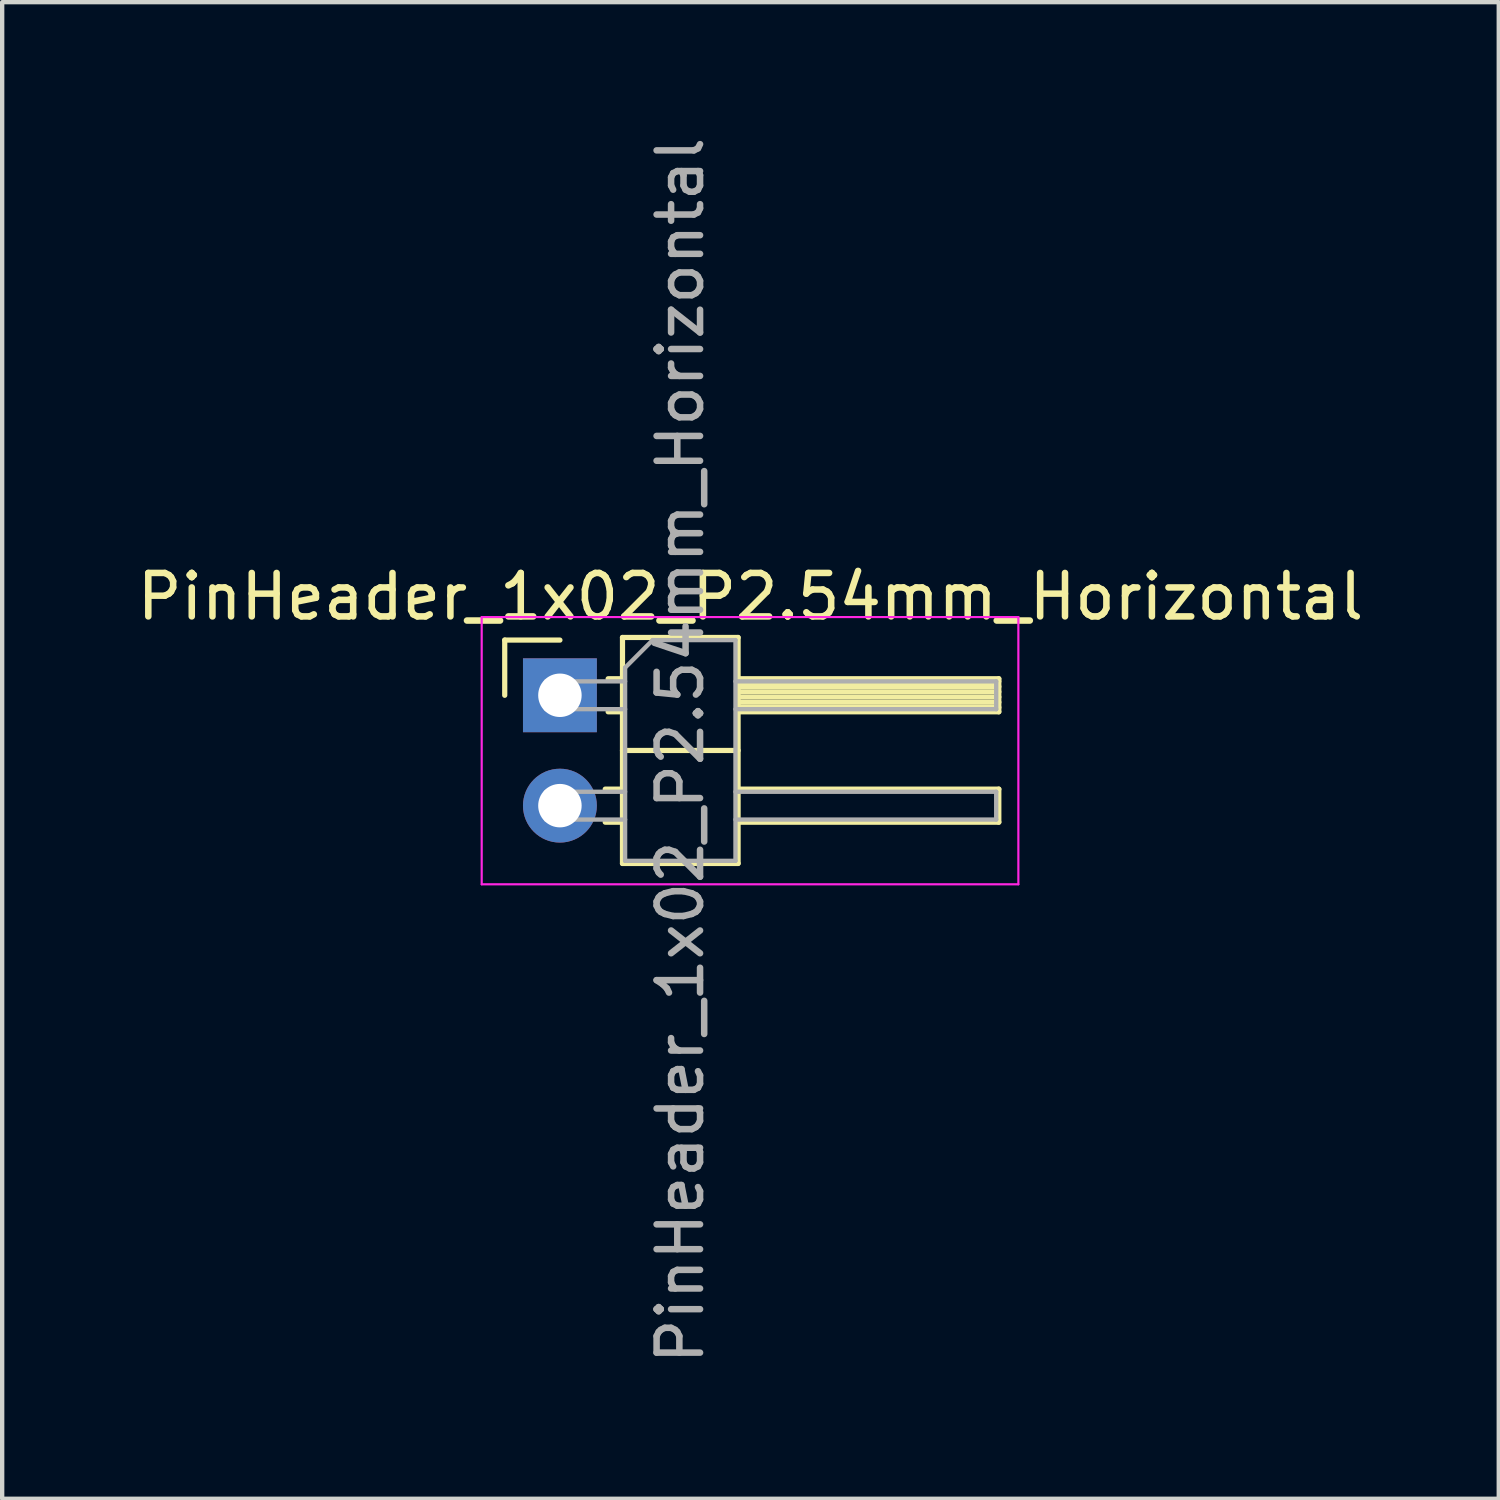
<source format=kicad_pcb>
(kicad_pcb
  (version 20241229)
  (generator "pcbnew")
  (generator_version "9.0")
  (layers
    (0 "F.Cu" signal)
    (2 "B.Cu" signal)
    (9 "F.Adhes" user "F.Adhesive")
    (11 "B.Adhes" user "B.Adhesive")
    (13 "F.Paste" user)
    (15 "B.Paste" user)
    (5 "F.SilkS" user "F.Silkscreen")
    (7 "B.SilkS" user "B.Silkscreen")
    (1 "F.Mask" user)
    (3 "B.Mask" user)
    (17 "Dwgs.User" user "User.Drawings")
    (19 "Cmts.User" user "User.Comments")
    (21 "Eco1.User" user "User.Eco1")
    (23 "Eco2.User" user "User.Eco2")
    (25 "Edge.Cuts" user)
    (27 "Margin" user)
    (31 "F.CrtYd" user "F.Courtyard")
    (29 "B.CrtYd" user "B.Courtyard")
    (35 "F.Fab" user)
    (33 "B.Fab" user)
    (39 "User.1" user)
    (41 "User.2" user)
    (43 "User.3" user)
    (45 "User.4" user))
  (footprint "PinHeader_1x02_P2.54mm_Horizontal"
    (layer "F.Cu")
    (at 9.835 12.95)
    (property "Reference" "PinHeader_1x02_P2.54mm_Horizontal" (at 4.385 -2.27 0) (layer "F.SilkS") (effects (font (size 1 1) (thickness 0.15))))
    (attr through_hole)
    (fp_line (start -1.27 -1.27) (end 0 -1.27) (stroke (width 0.12) (type solid)) (layer "F.SilkS"))
    (fp_line (start -1.27 0) (end -1.27 -1.27) (stroke (width 0.12) (type solid)) (layer "F.SilkS"))
    (fp_line (start 1.043 2.16) (end 1.44 2.16) (stroke (width 0.12) (type solid)) (layer "F.SilkS"))
    (fp_line (start 1.043 2.92) (end 1.44 2.92) (stroke (width 0.12) (type solid)) (layer "F.SilkS"))
    (fp_line (start 1.11 -0.38) (end 1.44 -0.38) (stroke (width 0.12) (type solid)) (layer "F.SilkS"))
    (fp_line (start 1.11 0.38) (end 1.44 0.38) (stroke (width 0.12) (type solid)) (layer "F.SilkS"))
    (fp_line (start 1.44 -1.33) (end 1.44 3.87) (stroke (width 0.12) (type solid)) (layer "F.SilkS"))
    (fp_line (start 1.44 1.27) (end 4.1 1.27) (stroke (width 0.12) (type solid)) (layer "F.SilkS"))
    (fp_line (start 1.44 3.87) (end 4.1 3.87) (stroke (width 0.12) (type solid)) (layer "F.SilkS"))
    (fp_line (start 4.1 -1.33) (end 1.44 -1.33) (stroke (width 0.12) (type solid)) (layer "F.SilkS"))
    (fp_line (start 4.1 -0.38) (end 10.1 -0.38) (stroke (width 0.12) (type solid)) (layer "F.SilkS"))
    (fp_line (start 4.1 -0.32) (end 10.1 -0.32) (stroke (width 0.12) (type solid)) (layer "F.SilkS"))
    (fp_line (start 4.1 -0.2) (end 10.1 -0.2) (stroke (width 0.12) (type solid)) (layer "F.SilkS"))
    (fp_line (start 4.1 -0.08) (end 10.1 -0.08) (stroke (width 0.12) (type solid)) (layer "F.SilkS"))
    (fp_line (start 4.1 0.04) (end 10.1 0.04) (stroke (width 0.12) (type solid)) (layer "F.SilkS"))
    (fp_line (start 4.1 0.16) (end 10.1 0.16) (stroke (width 0.12) (type solid)) (layer "F.SilkS"))
    (fp_line (start 4.1 0.28) (end 10.1 0.28) (stroke (width 0.12) (type solid)) (layer "F.SilkS"))
    (fp_line (start 4.1 2.16) (end 10.1 2.16) (stroke (width 0.12) (type solid)) (layer "F.SilkS"))
    (fp_line (start 4.1 3.87) (end 4.1 -1.33) (stroke (width 0.12) (type solid)) (layer "F.SilkS"))
    (fp_line (start 10.1 -0.38) (end 10.1 0.38) (stroke (width 0.12) (type solid)) (layer "F.SilkS"))
    (fp_line (start 10.1 0.38) (end 4.1 0.38) (stroke (width 0.12) (type solid)) (layer "F.SilkS"))
    (fp_line (start 10.1 2.16) (end 10.1 2.92) (stroke (width 0.12) (type solid)) (layer "F.SilkS"))
    (fp_line (start 10.1 2.92) (end 4.1 2.92) (stroke (width 0.12) (type solid)) (layer "F.SilkS"))
    (fp_line (start -1.8 -1.8) (end -1.8 4.35) (stroke (width 0.05) (type solid)) (layer "F.CrtYd"))
    (fp_line (start -1.8 4.35) (end 10.55 4.35) (stroke (width 0.05) (type solid)) (layer "F.CrtYd"))
    (fp_line (start 10.55 -1.8) (end -1.8 -1.8) (stroke (width 0.05) (type solid)) (layer "F.CrtYd"))
    (fp_line (start 10.55 4.35) (end 10.55 -1.8) (stroke (width 0.05) (type solid)) (layer "F.CrtYd"))
    (fp_line (start -0.32 -0.32) (end -0.32 0.32) (stroke (width 0.1) (type solid)) (layer "F.Fab"))
    (fp_line (start -0.32 -0.32) (end 1.5 -0.32) (stroke (width 0.1) (type solid)) (layer "F.Fab"))
    (fp_line (start -0.32 0.32) (end 1.5 0.32) (stroke (width 0.1) (type solid)) (layer "F.Fab"))
    (fp_line (start -0.32 2.22) (end -0.32 2.86) (stroke (width 0.1) (type solid)) (layer "F.Fab"))
    (fp_line (start -0.32 2.22) (end 1.5 2.22) (stroke (width 0.1) (type solid)) (layer "F.Fab"))
    (fp_line (start -0.32 2.86) (end 1.5 2.86) (stroke (width 0.1) (type solid)) (layer "F.Fab"))
    (fp_line (start 1.5 -0.635) (end 2.135 -1.27) (stroke (width 0.1) (type solid)) (layer "F.Fab"))
    (fp_line (start 1.5 3.81) (end 1.5 -0.635) (stroke (width 0.1) (type solid)) (layer "F.Fab"))
    (fp_line (start 2.135 -1.27) (end 4.04 -1.27) (stroke (width 0.1) (type solid)) (layer "F.Fab"))
    (fp_line (start 4.04 -1.27) (end 4.04 3.81) (stroke (width 0.1) (type solid)) (layer "F.Fab"))
    (fp_line (start 4.04 -0.32) (end 10.04 -0.32) (stroke (width 0.1) (type solid)) (layer "F.Fab"))
    (fp_line (start 4.04 0.32) (end 10.04 0.32) (stroke (width 0.1) (type solid)) (layer "F.Fab"))
    (fp_line (start 4.04 2.22) (end 10.04 2.22) (stroke (width 0.1) (type solid)) (layer "F.Fab"))
    (fp_line (start 4.04 2.86) (end 10.04 2.86) (stroke (width 0.1) (type solid)) (layer "F.Fab"))
    (fp_line (start 4.04 3.81) (end 1.5 3.81) (stroke (width 0.1) (type solid)) (layer "F.Fab"))
    (fp_line (start 10.04 -0.32) (end 10.04 0.32) (stroke (width 0.1) (type solid)) (layer "F.Fab"))
    (fp_line (start 10.04 2.22) (end 10.04 2.86) (stroke (width 0.1) (type solid)) (layer "F.Fab"))
    (fp_text user "${REFERENCE}" (at 2.77 1.27 90) (layer "F.Fab") (effects (font (size 1 1) (thickness 0.15))))
    (pad "1" thru_hole rect (at 0 0) (size 1.7 1.7) (drill 1) (layers "*.Cu" "*.Mask"))
    (pad "2" thru_hole oval (at 0 2.54) (size 1.7 1.7) (drill 1) (layers "*.Cu" "*.Mask")))
  (gr_rect
    (start -3 -3)
    (end 31.44 31.44)
    (stroke (width 0.1) (type default))
    (fill no)
    (layer "Edge.Cuts")))
</source>
